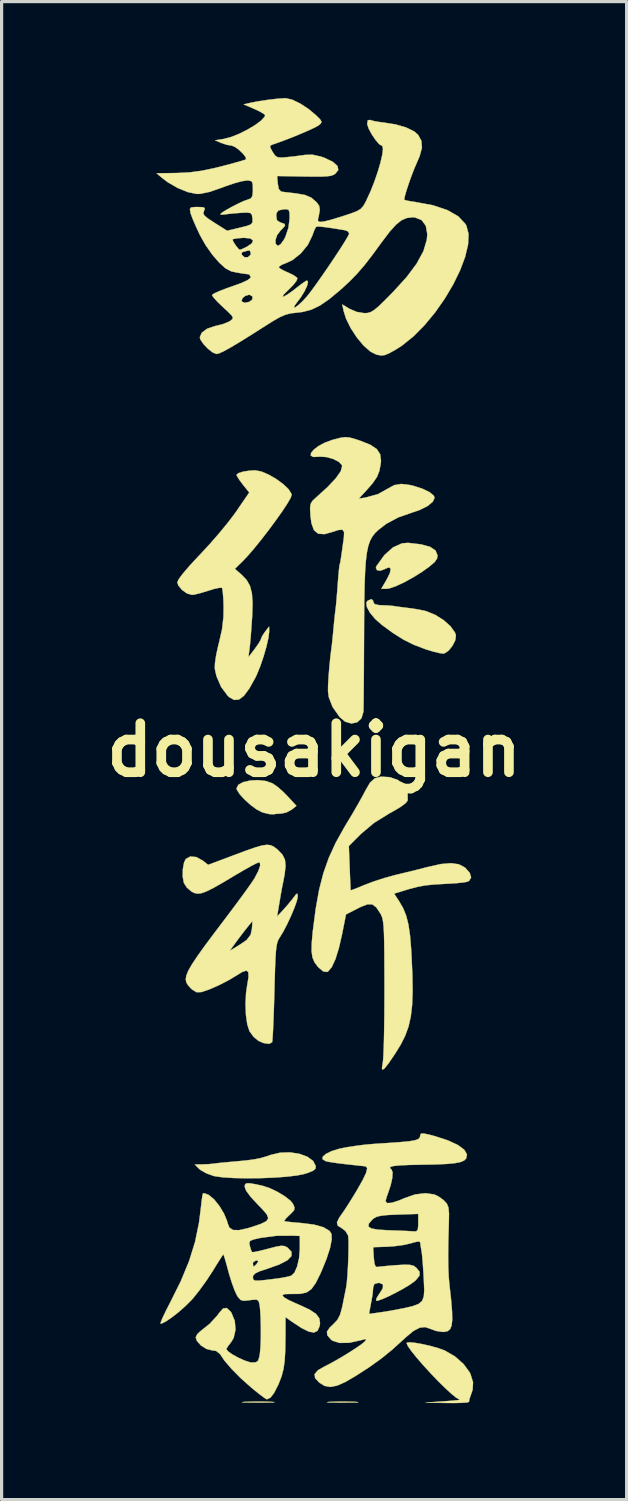
<source format=kicad_pcb>
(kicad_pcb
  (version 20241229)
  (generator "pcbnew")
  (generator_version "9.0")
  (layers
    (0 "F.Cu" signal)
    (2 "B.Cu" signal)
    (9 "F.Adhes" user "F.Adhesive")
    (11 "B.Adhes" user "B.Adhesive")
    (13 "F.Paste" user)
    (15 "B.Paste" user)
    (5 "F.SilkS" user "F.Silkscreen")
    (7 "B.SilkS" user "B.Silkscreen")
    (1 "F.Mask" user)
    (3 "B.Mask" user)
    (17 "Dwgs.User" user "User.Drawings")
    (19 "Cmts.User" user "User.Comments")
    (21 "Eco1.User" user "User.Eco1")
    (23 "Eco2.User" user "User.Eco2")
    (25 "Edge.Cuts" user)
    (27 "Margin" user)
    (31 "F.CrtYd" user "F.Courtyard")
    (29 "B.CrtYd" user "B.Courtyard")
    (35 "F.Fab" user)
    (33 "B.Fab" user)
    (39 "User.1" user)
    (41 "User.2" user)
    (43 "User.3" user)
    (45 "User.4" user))
  (footprint "dousakigan"
    (layer "F.Cu")
    (at 6.72 20.279)
    (property "Reference" "dousakigan" (at 0 0 0) (layer "F.SilkS") (effects (font (size 1.524 1.524) (thickness 0.3))))
    (attr through_hole)
    (fp_poly (pts (xy -1.511 20.266) (xy -1.315 20.273) (xy -1.229 20.281) (xy -1.26 20.288) (xy -1.396 20.293) (xy -1.627 20.295) (xy -1.746 20.295) (xy -2.01 20.294) (xy -2.18 20.29) (xy -2.245 20.284) (xy -2.198 20.276) (xy -2.14 20.273) (xy -1.837 20.264) (xy -1.511 20.266)) (stroke (width 0.01) (type solid)) (fill yes) (layer "F.SilkS"))
    (fp_poly (pts (xy 1.124 20.267) (xy 1.286 20.273) (xy 1.375 20.281) (xy 1.348 20.288) (xy 1.214 20.293) (xy 0.984 20.295) (xy 0.889 20.296) (xy 0.63 20.294) (xy 0.463 20.29) (xy 0.399 20.284) (xy 0.449 20.276) (xy 0.492 20.273) (xy 0.794 20.264) (xy 1.124 20.267)) (stroke (width 0.01) (type solid)) (fill yes) (layer "F.SilkS"))
    (fp_poly (pts (xy -1.505 0.962) (xy -1.297 1.034) (xy -1.149 1.135) (xy -0.966 1.294) (xy -0.828 1.434) (xy -0.551 1.734) (xy -0.695 1.851) (xy -0.862 1.941) (xy -1.007 1.973) (xy -1.174 1.984) (xy -1.274 1.998) (xy -1.395 1.991) (xy -1.572 1.948) (xy -1.623 1.932) (xy -1.788 1.847) (xy -1.977 1.707) (xy -2.162 1.54) (xy -2.314 1.374) (xy -2.402 1.236) (xy -2.413 1.189) (xy -2.356 1.079) (xy -2.205 0.997) (xy -1.992 0.948) (xy -1.748 0.935) (xy -1.505 0.962)) (stroke (width 0.01) (type solid)) (fill yes) (layer "F.SilkS"))
    (fp_poly (pts (xy 3.324 -6.398) (xy 3.607 -6.32) (xy 3.777 -6.207) (xy 3.837 -6.057) (xy 3.825 -5.958) (xy 3.749 -5.848) (xy 3.583 -5.705) (xy 3.355 -5.542) (xy 3.091 -5.378) (xy 2.819 -5.227) (xy 2.565 -5.107) (xy 2.356 -5.032) (xy 2.254 -5.016) (xy 2.09 -5.016) (xy 2.256 -5.3) (xy 2.357 -5.505) (xy 2.381 -5.636) (xy 2.332 -5.684) (xy 2.21 -5.638) (xy 2.196 -5.629) (xy 2.061 -5.578) (xy 1.957 -5.595) (xy 1.92 -5.667) (xy 1.94 -5.724) (xy 2.188 -6.067) (xy 2.456 -6.305) (xy 2.734 -6.429) (xy 2.921 -6.445) (xy 3.324 -6.398)) (stroke (width 0.01) (type solid)) (fill yes) (layer "F.SilkS"))
    (fp_poly (pts (xy -0.461 12.557) (xy -0.212 12.648) (xy -0.032 12.778) (xy 0.051 12.939) (xy 0.043 13.019) (xy -0.027 13.082) (xy -0.183 13.146) (xy -0.298 13.183) (xy -0.53 13.231) (xy -0.858 13.27) (xy -1.249 13.298) (xy -1.673 13.315) (xy -2.1 13.319) (xy -2.499 13.311) (xy -2.841 13.289) (xy -3.093 13.254) (xy -3.133 13.244) (xy -3.345 13.167) (xy -3.523 13.069) (xy -3.576 13.026) (xy -3.711 12.89) (xy -3.459 12.886) (xy -3.272 12.878) (xy -3.13 12.865) (xy -3.111 12.862) (xy -3.006 12.848) (xy -2.811 12.828) (xy -2.566 12.806) (xy -2.508 12.801) (xy -2.152 12.768) (xy -1.887 12.735) (xy -1.675 12.693) (xy -1.481 12.638) (xy -1.352 12.592) (xy -1.059 12.523) (xy -0.753 12.513) (xy -0.461 12.557)) (stroke (width 0.01) (type solid)) (fill yes) (layer "F.SilkS"))
    (fp_poly (pts (xy 3.142 18.437) (xy 3.371 18.478) (xy 3.622 18.535) (xy 3.861 18.603) (xy 4.056 18.673) (xy 4.064 18.677) (xy 4.378 18.858) (xy 4.648 19.096) (xy 4.838 19.355) (xy 4.865 19.413) (xy 4.943 19.667) (xy 4.93 19.895) (xy 4.879 20.046) (xy 4.83 20.187) (xy 4.816 20.272) (xy 4.761 20.291) (xy 4.605 20.303) (xy 4.372 20.309) (xy 4.143 20.308) (xy 3.461 20.296) (xy 4.032 20.256) (xy 4.273 20.238) (xy 4.448 20.222) (xy 4.531 20.209) (xy 4.531 20.205) (xy 4.431 20.152) (xy 4.273 20.025) (xy 4.074 19.842) (xy 3.849 19.62) (xy 3.616 19.376) (xy 3.39 19.129) (xy 3.186 18.894) (xy 3.023 18.69) (xy 2.914 18.535) (xy 2.877 18.444) (xy 2.882 18.433) (xy 2.968 18.42) (xy 3.142 18.437)) (stroke (width 0.01) (type solid)) (fill yes) (layer "F.SilkS"))
    (fp_poly (pts (xy 1.839 -4.64) (xy 1.841 -4.604) (xy 1.883 -4.538) (xy 2.021 -4.508) (xy 2.111 -4.504) (xy 2.305 -4.496) (xy 2.455 -4.483) (xy 2.481 -4.479) (xy 2.598 -4.461) (xy 2.79 -4.436) (xy 2.934 -4.418) (xy 3.174 -4.384) (xy 3.396 -4.342) (xy 3.487 -4.32) (xy 3.765 -4.206) (xy 4.027 -4.042) (xy 4.242 -3.851) (xy 4.38 -3.657) (xy 4.411 -3.569) (xy 4.391 -3.417) (xy 4.303 -3.242) (xy 4.179 -3.089) (xy 4.05 -3.005) (xy 4.03 -3.001) (xy 3.912 -3.013) (xy 3.714 -3.06) (xy 3.477 -3.132) (xy 3.443 -3.144) (xy 3.094 -3.278) (xy 2.778 -3.436) (xy 2.453 -3.64) (xy 2.108 -3.892) (xy 1.897 -4.079) (xy 1.737 -4.272) (xy 1.641 -4.448) (xy 1.623 -4.585) (xy 1.665 -4.646) (xy 1.787 -4.695) (xy 1.839 -4.64)) (stroke (width 0.01) (type solid)) (fill yes) (layer "F.SilkS"))
    (fp_poly (pts (xy -1.639 -8.663) (xy -1.41 -8.565) (xy -1.173 -8.427) (xy -0.957 -8.268) (xy -0.791 -8.109) (xy -0.705 -7.968) (xy -0.699 -7.93) (xy -0.738 -7.829) (xy -0.843 -7.65) (xy -1 -7.413) (xy -1.196 -7.137) (xy -1.414 -6.842) (xy -1.641 -6.549) (xy -1.861 -6.276) (xy -2.062 -6.043) (xy -2.213 -5.883) (xy -2.465 -5.637) (xy -2.252 -5.451) (xy -2.097 -5.288) (xy -1.994 -5.104) (xy -1.935 -4.872) (xy -1.914 -4.569) (xy -1.926 -4.168) (xy -1.929 -4.132) (xy -1.95 -3.817) (xy -1.973 -3.517) (xy -1.995 -3.275) (xy -2.007 -3.175) (xy -2.044 -2.889) (xy -1.849 -3.143) (xy -1.736 -3.302) (xy -1.664 -3.423) (xy -1.651 -3.461) (xy -1.613 -3.552) (xy -1.525 -3.682) (xy -1.524 -3.683) (xy -1.4 -3.842) (xy -1.398 -3.682) (xy -1.421 -3.491) (xy -1.482 -3.224) (xy -1.57 -2.917) (xy -1.674 -2.611) (xy -1.783 -2.344) (xy -1.821 -2.264) (xy -2.013 -1.918) (xy -2.182 -1.689) (xy -2.338 -1.571) (xy -2.488 -1.559) (xy -2.643 -1.647) (xy -2.688 -1.69) (xy -2.893 -1.965) (xy -3.038 -2.3) (xy -3.089 -2.533) (xy -3.084 -2.7) (xy -3.048 -2.946) (xy -2.987 -3.229) (xy -2.96 -3.334) (xy -2.864 -3.755) (xy -2.82 -4.141) (xy -2.815 -4.456) (xy -2.824 -4.708) (xy -2.84 -4.91) (xy -2.858 -5.029) (xy -2.866 -5.046) (xy -2.942 -5.048) (xy -3.102 -5.014) (xy -3.293 -4.956) (xy -3.514 -4.888) (xy -3.702 -4.84) (xy -3.799 -4.826) (xy -3.956 -4.872) (xy -4.112 -4.984) (xy -4.225 -5.123) (xy -4.255 -5.219) (xy -4.21 -5.317) (xy -4.081 -5.49) (xy -3.879 -5.726) (xy -3.612 -6.015) (xy -3.54 -6.09) (xy -3.254 -6.399) (xy -2.961 -6.735) (xy -2.691 -7.063) (xy -2.474 -7.347) (xy -2.422 -7.421) (xy -2.018 -8.011) (xy -2.216 -8.256) (xy -2.33 -8.41) (xy -2.401 -8.527) (xy -2.413 -8.561) (xy -2.356 -8.613) (xy -2.207 -8.66) (xy -2.004 -8.691) (xy -1.831 -8.7) (xy -1.639 -8.663)) (stroke (width 0.01) (type solid)) (fill yes) (layer "F.SilkS"))
    (fp_poly (pts (xy 1.099 -9.722) (xy 1.276 -9.673) (xy 1.434 -9.621) (xy 1.747 -9.496) (xy 1.948 -9.362) (xy 2.054 -9.201) (xy 2.08 -8.997) (xy 2.072 -8.911) (xy 2.03 -8.684) (xy 1.954 -8.493) (xy 1.82 -8.298) (xy 1.64 -8.092) (xy 1.39 -7.82) (xy 1.594 -7.853) (xy 1.984 -7.959) (xy 2.284 -8.126) (xy 2.491 -8.24) (xy 2.712 -8.277) (xy 2.986 -8.243) (xy 3.096 -8.217) (xy 3.378 -8.125) (xy 3.594 -8.019) (xy 3.722 -7.911) (xy 3.747 -7.846) (xy 3.688 -7.72) (xy 3.527 -7.589) (xy 3.287 -7.469) (xy 3.082 -7.399) (xy 2.618 -7.237) (xy 2.244 -7.037) (xy 2.006 -6.854) (xy 1.901 -6.754) (xy 1.814 -6.645) (xy 1.743 -6.516) (xy 1.686 -6.354) (xy 1.642 -6.147) (xy 1.609 -5.882) (xy 1.586 -5.548) (xy 1.57 -5.131) (xy 1.56 -4.619) (xy 1.555 -4.001) (xy 1.553 -3.556) (xy 1.55 -3.034) (xy 1.548 -2.546) (xy 1.545 -2.109) (xy 1.542 -1.739) (xy 1.539 -1.452) (xy 1.536 -1.263) (xy 1.534 -1.195) (xy 1.473 -0.988) (xy 1.338 -0.863) (xy 1.159 -0.826) (xy 0.963 -0.884) (xy 0.797 -1.024) (xy 0.573 -1.342) (xy 0.456 -1.644) (xy 0.432 -1.825) (xy 0.434 -2.012) (xy 0.45 -2.284) (xy 0.475 -2.6) (xy 0.507 -2.919) (xy 0.54 -3.175) (xy 0.557 -3.316) (xy 0.58 -3.537) (xy 0.604 -3.793) (xy 0.606 -3.81) (xy 0.629 -4.054) (xy 0.651 -4.256) (xy 0.666 -4.376) (xy 0.667 -4.383) (xy 0.679 -4.485) (xy 0.697 -4.681) (xy 0.718 -4.939) (xy 0.731 -5.113) (xy 0.752 -5.384) (xy 0.772 -5.604) (xy 0.789 -5.744) (xy 0.796 -5.78) (xy 0.807 -5.812) (xy 0.822 -5.886) (xy 0.843 -6.023) (xy 0.874 -6.242) (xy 0.919 -6.564) (xy 0.926 -6.62) (xy 0.932 -6.783) (xy 0.88 -6.854) (xy 0.75 -6.844) (xy 0.606 -6.795) (xy 0.328 -6.716) (xy 0.129 -6.728) (xy -0.005 -6.838) (xy -0.084 -7.057) (xy -0.115 -7.304) (xy -0.126 -7.519) (xy -0.109 -7.653) (xy -0.052 -7.751) (xy 0.062 -7.857) (xy 0.423 -8.185) (xy 0.679 -8.458) (xy 0.829 -8.674) (xy 0.871 -8.831) (xy 0.864 -8.863) (xy 0.768 -8.966) (xy 0.591 -9.056) (xy 0.379 -9.114) (xy 0.177 -9.126) (xy 0.147 -9.123) (xy -0.028 -9.116) (xy -0.105 -9.16) (xy -0.095 -9.24) (xy -0.012 -9.343) (xy 0.135 -9.455) (xy 0.333 -9.561) (xy 0.571 -9.648) (xy 0.58 -9.65) (xy 0.801 -9.709) (xy 0.957 -9.733) (xy 1.099 -9.722)) (stroke (width 0.01) (type solid)) (fill yes) (layer "F.SilkS"))
    (fp_poly (pts (xy 2.35 0.843) (xy 2.357 0.844) (xy 2.612 0.933) (xy 2.803 1.108) (xy 2.907 1.339) (xy 2.911 1.567) (xy 2.842 1.656) (xy 2.671 1.78) (xy 2.414 1.93) (xy 2.36 1.958) (xy 1.866 2.263) (xy 1.455 2.609) (xy 1.08 2.984) (xy 1.106 3.667) (xy 1.117 3.946) (xy 1.127 4.172) (xy 1.134 4.32) (xy 1.137 4.363) (xy 1.194 4.346) (xy 1.337 4.291) (xy 1.539 4.207) (xy 1.576 4.192) (xy 1.851 4.088) (xy 2.186 3.98) (xy 2.517 3.888) (xy 2.576 3.874) (xy 2.887 3.799) (xy 3.206 3.721) (xy 3.473 3.652) (xy 3.524 3.639) (xy 3.937 3.546) (xy 4.257 3.518) (xy 4.502 3.553) (xy 4.691 3.654) (xy 4.701 3.662) (xy 4.842 3.822) (xy 4.883 3.964) (xy 4.82 4.068) (xy 4.76 4.097) (xy 4.638 4.118) (xy 4.428 4.14) (xy 4.169 4.157) (xy 4.084 4.161) (xy 3.735 4.181) (xy 3.463 4.209) (xy 3.219 4.254) (xy 2.954 4.323) (xy 2.815 4.365) (xy 2.488 4.465) (xy 2.638 4.693) (xy 2.767 4.914) (xy 2.863 5.149) (xy 2.933 5.426) (xy 2.983 5.768) (xy 3.019 6.204) (xy 3.028 6.367) (xy 3.056 6.985) (xy 3.064 7.497) (xy 3.049 7.923) (xy 3.008 8.282) (xy 2.938 8.594) (xy 2.835 8.879) (xy 2.696 9.157) (xy 2.517 9.448) (xy 2.498 9.476) (xy 2.319 9.738) (xy 2.198 9.893) (xy 2.129 9.945) (xy 2.109 9.898) (xy 2.131 9.755) (xy 2.134 9.741) (xy 2.148 9.618) (xy 2.16 9.386) (xy 2.171 9.061) (xy 2.179 8.66) (xy 2.185 8.202) (xy 2.187 7.702) (xy 2.188 7.394) (xy 2.186 6.818) (xy 2.184 6.356) (xy 2.18 5.993) (xy 2.173 5.714) (xy 2.162 5.506) (xy 2.147 5.355) (xy 2.128 5.246) (xy 2.102 5.165) (xy 2.07 5.099) (xy 2.061 5.083) (xy 1.933 4.893) (xy 1.812 4.8) (xy 1.663 4.797) (xy 1.456 4.876) (xy 1.357 4.925) (xy 0.991 5.113) (xy 0.872 5.715) (xy 0.771 6.157) (xy 0.662 6.507) (xy 0.547 6.754) (xy 0.433 6.887) (xy 0.406 6.901) (xy 0.288 6.888) (xy 0.137 6.762) (xy 0.117 6.741) (xy 0.013 6.603) (xy -0.051 6.452) (xy -0.079 6.259) (xy -0.074 5.998) (xy -0.042 5.642) (xy -0.039 5.62) (xy 0.05 4.933) (xy 0.156 4.344) (xy 0.289 3.825) (xy 0.458 3.349) (xy 0.67 2.886) (xy 0.936 2.408) (xy 1.001 2.299) (xy 1.183 1.997) (xy 1.358 1.694) (xy 1.507 1.429) (xy 1.598 1.255) (xy 1.738 1.014) (xy 1.887 0.878) (xy 2.079 0.827) (xy 2.35 0.843)) (stroke (width 0.01) (type solid)) (fill yes) (layer "F.SilkS"))
    (fp_poly (pts (xy -1.353 2.959) (xy -1.254 3.005) (xy -1.154 3.082) (xy -1.12 3.112) (xy -0.983 3.256) (xy -0.907 3.41) (xy -0.888 3.606) (xy -0.919 3.874) (xy -0.951 4.045) (xy -0.995 4.262) (xy -1.03 4.453) (xy -1.04 4.508) (xy -1.068 4.678) (xy -1.104 4.887) (xy -1.109 4.921) (xy -1.152 5.175) (xy -0.973 4.985) (xy -0.814 4.805) (xy -0.665 4.621) (xy -0.653 4.604) (xy -0.561 4.485) (xy -0.521 4.463) (xy -0.511 4.531) (xy -0.51 4.56) (xy -0.537 4.692) (xy -0.611 4.901) (xy -0.716 5.153) (xy -0.838 5.415) (xy -0.962 5.652) (xy -1.072 5.831) (xy -1.072 5.831) (xy -1.112 5.898) (xy -1.144 5.98) (xy -1.169 6.095) (xy -1.188 6.259) (xy -1.203 6.49) (xy -1.216 6.804) (xy -1.228 7.218) (xy -1.236 7.522) (xy -1.248 7.949) (xy -1.261 8.334) (xy -1.275 8.658) (xy -1.288 8.904) (xy -1.3 9.053) (xy -1.307 9.089) (xy -1.406 9.139) (xy -1.575 9.112) (xy -1.73 9.045) (xy -1.881 8.921) (xy -2.006 8.752) (xy -2.01 8.746) (xy -2.079 8.533) (xy -2.121 8.236) (xy -2.134 7.896) (xy -2.117 7.553) (xy -2.083 7.321) (xy -2.04 7.059) (xy -2.047 6.907) (xy -2.11 6.858) (xy -2.239 6.903) (xy -2.374 6.987) (xy -2.642 7.149) (xy -2.948 7.307) (xy -3.248 7.44) (xy -3.493 7.524) (xy -3.505 7.527) (xy -3.655 7.532) (xy -3.792 7.451) (xy -3.839 7.407) (xy -3.919 7.318) (xy -3.973 7.231) (xy -3.993 7.133) (xy -3.975 7.014) (xy -3.913 6.861) (xy -3.8 6.664) (xy -3.632 6.412) (xy -3.511 6.244) (xy -2.626 6.244) (xy -2.436 6.131) (xy -2.254 6.016) (xy -2.098 5.907) (xy -1.973 5.743) (xy -1.934 5.556) (xy -1.918 5.317) (xy -2.068 5.5) (xy -2.195 5.662) (xy -2.35 5.865) (xy -2.422 5.963) (xy -2.626 6.244) (xy -3.511 6.244) (xy -3.403 6.092) (xy -3.106 5.694) (xy -2.762 5.239) (xy -2.517 4.913) (xy -2.29 4.607) (xy -2.096 4.341) (xy -1.95 4.134) (xy -1.865 4.007) (xy -1.86 4) (xy -1.737 3.766) (xy -1.678 3.595) (xy -1.687 3.504) (xy -1.717 3.493) (xy -1.797 3.524) (xy -1.962 3.609) (xy -2.188 3.736) (xy -2.453 3.891) (xy -2.479 3.907) (xy -2.852 4.129) (xy -3.135 4.29) (xy -3.346 4.395) (xy -3.503 4.452) (xy -3.623 4.467) (xy -3.722 4.447) (xy -3.811 4.403) (xy -3.958 4.278) (xy -4.052 4.131) (xy -4.052 4.131) (xy -4.087 3.937) (xy -4.084 3.71) (xy -4.047 3.505) (xy -3.994 3.389) (xy -3.854 3.311) (xy -3.667 3.327) (xy -3.467 3.436) (xy -3.466 3.436) (xy -3.296 3.57) (xy -2.521 3.279) (xy -2.13 3.133) (xy -1.838 3.031) (xy -1.625 2.969) (xy -1.469 2.946) (xy -1.353 2.959)) (stroke (width 0.01) (type solid)) (fill yes) (layer "F.SilkS"))
    (fp_poly (pts (xy -1.83 13.503) (xy -1.609 13.55) (xy -1.386 13.623) (xy -1.14 13.74) (xy -0.911 13.879) (xy -0.735 14.017) (xy -0.661 14.108) (xy -0.61 14.228) (xy -0.624 14.314) (xy -0.718 14.416) (xy -0.761 14.455) (xy -0.875 14.567) (xy -0.929 14.64) (xy -0.928 14.65) (xy -0.858 14.666) (xy -0.693 14.685) (xy -0.466 14.705) (xy -0.404 14.71) (xy -0.008 14.759) (xy 0.289 14.841) (xy 0.478 14.954) (xy 0.54 15.05) (xy 0.547 15.224) (xy 0.495 15.488) (xy 0.387 15.821) (xy 0.231 16.205) (xy 0.191 16.294) (xy 0.048 16.58) (xy -0.085 16.766) (xy -0.235 16.87) (xy -0.433 16.914) (xy -0.707 16.917) (xy -0.717 16.916) (xy -0.91 16.921) (xy -0.987 16.953) (xy -0.947 17.015) (xy -0.788 17.109) (xy -0.508 17.236) (xy -0.451 17.26) (xy -0.141 17.404) (xy 0.059 17.537) (xy 0.162 17.675) (xy 0.184 17.832) (xy 0.167 17.927) (xy 0.105 18.063) (xy -0.003 18.117) (xy -0.166 18.088) (xy -0.395 17.974) (xy -0.702 17.772) (xy -0.746 17.74) (xy -0.889 17.638) (xy -0.891 18.264) (xy -0.898 18.677) (xy -0.916 18.994) (xy -0.952 19.248) (xy -1.009 19.468) (xy -1.093 19.688) (xy -1.119 19.747) (xy -1.246 19.997) (xy -1.356 20.14) (xy -1.461 20.191) (xy -1.474 20.192) (xy -1.539 20.154) (xy -1.677 20.052) (xy -1.863 19.904) (xy -1.964 19.82) (xy -2.283 19.536) (xy -2.565 19.251) (xy -2.789 18.99) (xy -2.926 18.787) (xy -3.046 18.69) (xy -3.18 18.669) (xy -3.352 18.625) (xy -3.521 18.518) (xy -3.645 18.379) (xy -3.683 18.266) (xy -3.635 18.166) (xy -3.54 18.078) (xy -3.246 17.843) (xy -3.011 17.587) (xy -2.956 17.51) (xy -2.833 17.369) (xy -2.719 17.353) (xy -2.601 17.461) (xy -2.572 17.502) (xy -2.468 17.752) (xy -2.445 18.028) (xy -2.502 18.284) (xy -2.58 18.413) (xy -2.679 18.541) (xy -2.729 18.624) (xy -2.731 18.632) (xy -2.677 18.703) (xy -2.541 18.798) (xy -2.358 18.899) (xy -2.165 18.986) (xy -1.999 19.041) (xy -1.932 19.05) (xy -1.806 19.04) (xy -1.739 18.989) (xy -1.702 18.862) (xy -1.686 18.764) (xy -1.667 18.55) (xy -1.657 18.26) (xy -1.657 17.936) (xy -1.666 17.622) (xy -1.683 17.361) (xy -1.7 17.233) (xy -1.73 17.133) (xy -1.791 17.093) (xy -1.924 17.099) (xy -2.007 17.111) (xy -2.185 17.13) (xy -2.288 17.103) (xy -2.369 17.01) (xy -2.403 16.956) (xy -2.474 16.803) (xy -2.559 16.57) (xy -2.643 16.3) (xy -2.664 16.223) (xy -2.729 15.983) (xy -2.732 15.97) (xy -1.905 15.97) (xy -1.892 16.055) (xy -1.881 16.066) (xy -1.826 16.023) (xy -1.778 15.97) (xy -1.734 15.895) (xy -1.792 15.875) (xy -1.802 15.875) (xy -1.891 15.923) (xy -1.905 15.97) (xy -2.732 15.97) (xy -2.782 15.798) (xy -2.816 15.696) (xy -2.822 15.684) (xy -2.86 15.735) (xy -2.948 15.871) (xy -3.072 16.069) (xy -3.163 16.217) (xy -3.349 16.501) (xy -3.559 16.792) (xy -3.755 17.039) (xy -3.81 17.102) (xy -4.002 17.293) (xy -4.218 17.484) (xy -4.434 17.652) (xy -4.621 17.778) (xy -4.752 17.84) (xy -4.775 17.843) (xy -4.768 17.791) (xy -4.71 17.65) (xy -4.61 17.441) (xy -4.482 17.193) (xy -4.145 16.515) (xy -3.889 15.895) (xy -3.713 15.329) (xy -2.017 15.329) (xy -2.001 15.42) (xy -1.961 15.553) (xy -1.932 15.615) (xy -1.863 15.612) (xy -1.703 15.58) (xy -1.485 15.525) (xy -1.433 15.511) (xy -1.186 15.447) (xy -1.027 15.419) (xy -0.924 15.426) (xy -0.842 15.465) (xy -0.829 15.473) (xy -0.704 15.605) (xy -0.704 15.737) (xy -0.831 15.869) (xy -1.084 16.001) (xy -1.451 16.131) (xy -1.692 16.21) (xy -1.832 16.277) (xy -1.895 16.344) (xy -1.905 16.396) (xy -1.894 16.467) (xy -1.842 16.5) (xy -1.719 16.502) (xy -1.54 16.485) (xy -1.3 16.456) (xy -1.081 16.427) (xy -0.984 16.412) (xy -0.82 16.379) (xy -0.712 16.35) (xy -0.613 16.256) (xy -0.529 16.066) (xy -0.469 15.811) (xy -0.445 15.524) (xy -0.445 15.496) (xy -0.445 15.113) (xy -0.651 15.104) (xy -1.172 15.107) (xy -1.655 15.171) (xy -1.698 15.18) (xy -1.894 15.224) (xy -1.991 15.267) (xy -2.017 15.329) (xy -3.713 15.329) (xy -3.704 15.302) (xy -3.581 14.705) (xy -3.524 14.256) (xy -3.5 14.032) (xy -3.475 13.864) (xy -3.456 13.786) (xy -3.455 13.785) (xy -3.387 13.792) (xy -3.268 13.844) (xy -3.112 13.974) (xy -2.946 14.18) (xy -2.802 14.42) (xy -2.707 14.649) (xy -2.694 14.706) (xy -2.636 14.852) (xy -2.522 14.927) (xy -2.336 14.932) (xy -2.061 14.871) (xy -1.937 14.833) (xy -1.652 14.736) (xy -1.483 14.652) (xy -1.426 14.56) (xy -1.474 14.439) (xy -1.622 14.267) (xy -1.755 14.132) (xy -1.974 13.896) (xy -2.112 13.709) (xy -2.159 13.587) (xy -2.15 13.513) (xy -2.108 13.476) (xy -2.009 13.473) (xy -1.83 13.503)) (stroke (width 0.01) (type solid)) (fill yes) (layer "F.SilkS"))
    (fp_poly (pts (xy 3.571 11.959) (xy 3.762 12.01) (xy 4.164 12.141) (xy 4.469 12.283) (xy 4.668 12.429) (xy 4.754 12.575) (xy 4.729 12.703) (xy 4.665 12.767) (xy 4.551 12.815) (xy 4.372 12.85) (xy 4.111 12.874) (xy 3.753 12.889) (xy 3.372 12.896) (xy 2.957 12.904) (xy 2.658 12.918) (xy 2.466 12.938) (xy 2.369 12.967) (xy 2.359 13.005) (xy 2.407 13.046) (xy 2.441 13.134) (xy 2.431 13.308) (xy 2.381 13.535) (xy 2.315 13.733) (xy 2.256 13.9) (xy 2.224 14.018) (xy 2.223 14.035) (xy 2.274 14.091) (xy 2.419 14.081) (xy 2.646 14.007) (xy 2.804 13.939) (xy 3.14 13.822) (xy 3.463 13.783) (xy 3.74 13.822) (xy 3.875 13.888) (xy 4.031 14.002) (xy 4.128 14.105) (xy 4.178 14.23) (xy 4.195 14.41) (xy 4.191 14.68) (xy 4.19 14.72) (xy 4.174 15.276) (xy 4.169 15.727) (xy 4.173 16.093) (xy 4.187 16.395) (xy 4.208 16.621) (xy 4.26 17.093) (xy 4.29 17.454) (xy 4.296 17.718) (xy 4.276 17.9) (xy 4.228 18.014) (xy 4.15 18.075) (xy 4.041 18.096) (xy 3.999 18.098) (xy 3.794 18.067) (xy 3.626 18.006) (xy 3.453 17.947) (xy 3.282 17.965) (xy 3.089 18.068) (xy 2.852 18.264) (xy 2.794 18.318) (xy 2.44 18.64) (xy 2.1 18.917) (xy 1.732 19.182) (xy 1.308 19.457) (xy 0.973 19.654) (xy 0.711 19.769) (xy 0.502 19.809) (xy 0.325 19.776) (xy 0.167 19.68) (xy 0.032 19.538) (xy 0.014 19.412) (xy 0.118 19.29) (xy 0.302 19.184) (xy 0.525 19.069) (xy 0.783 18.922) (xy 1.046 18.764) (xy 1.286 18.611) (xy 1.474 18.481) (xy 1.58 18.392) (xy 1.585 18.387) (xy 1.62 18.33) (xy 1.573 18.324) (xy 1.45 18.357) (xy 1.09 18.436) (xy 0.792 18.44) (xy 0.574 18.372) (xy 0.524 18.334) (xy 0.412 18.205) (xy 0.398 18.092) (xy 0.485 17.963) (xy 0.593 17.861) (xy 0.724 17.723) (xy 0.809 17.56) (xy 0.815 17.538) (xy 1.707 17.538) (xy 1.98 17.5) (xy 2.193 17.469) (xy 2.379 17.438) (xy 2.413 17.432) (xy 2.794 17.359) (xy 3.067 17.296) (xy 3.251 17.226) (xy 3.36 17.131) (xy 3.412 16.995) (xy 3.425 16.8) (xy 3.414 16.53) (xy 3.409 16.424) (xy 3.391 16.125) (xy 3.372 15.864) (xy 3.354 15.672) (xy 3.342 15.589) (xy 3.314 15.429) (xy 3.307 15.357) (xy 3.292 15.298) (xy 3.236 15.284) (xy 3.106 15.313) (xy 3 15.344) (xy 2.77 15.395) (xy 2.484 15.433) (xy 2.267 15.448) (xy 1.836 15.462) (xy 1.855 15.78) (xy 1.877 15.977) (xy 1.917 16.068) (xy 1.964 16.078) (xy 2.068 16.064) (xy 2.26 16.045) (xy 2.503 16.025) (xy 2.552 16.021) (xy 2.815 16.006) (xy 2.985 16.012) (xy 3.096 16.042) (xy 3.176 16.098) (xy 3.28 16.226) (xy 3.279 16.344) (xy 3.169 16.481) (xy 3.11 16.534) (xy 2.968 16.635) (xy 2.769 16.754) (xy 2.543 16.877) (xy 2.317 16.99) (xy 2.119 17.077) (xy 1.98 17.126) (xy 1.929 17.127) (xy 1.938 17.057) (xy 2.01 16.936) (xy 2.025 16.918) (xy 2.137 16.738) (xy 2.142 16.624) (xy 2.039 16.575) (xy 2 16.573) (xy 1.876 16.603) (xy 1.837 16.709) (xy 1.837 16.716) (xy 1.822 16.895) (xy 1.809 16.986) (xy 1.781 17.139) (xy 1.746 17.325) (xy 1.707 17.538) (xy 0.815 17.538) (xy 0.873 17.325) (xy 0.885 17.267) (xy 0.931 17.035) (xy 0.971 16.837) (xy 0.993 16.732) (xy 1.016 16.577) (xy 1.036 16.339) (xy 1.053 16.054) (xy 1.065 15.754) (xy 1.071 15.475) (xy 1.07 15.249) (xy 1.06 15.111) (xy 1.058 15.1) (xy 0.973 14.957) (xy 0.859 14.871) (xy 0.776 14.818) (xy 1.688 14.818) (xy 1.775 14.878) (xy 1.971 14.915) (xy 2.285 14.935) (xy 2.319 14.936) (xy 2.6 14.946) (xy 2.85 14.956) (xy 3.029 14.966) (xy 3.075 14.969) (xy 3.176 14.969) (xy 3.224 14.919) (xy 3.238 14.788) (xy 3.239 14.706) (xy 3.239 14.427) (xy 2.596 14.448) (xy 2.293 14.461) (xy 2.088 14.482) (xy 1.952 14.514) (xy 1.857 14.565) (xy 1.807 14.607) (xy 1.701 14.729) (xy 1.688 14.818) (xy 0.776 14.818) (xy 0.736 14.792) (xy 0.71 14.693) (xy 0.779 14.547) (xy 0.846 14.452) (xy 0.943 14.312) (xy 1.082 14.097) (xy 1.239 13.844) (xy 1.322 13.707) (xy 1.507 13.382) (xy 1.616 13.152) (xy 1.651 13.009) (xy 1.613 12.95) (xy 1.603 12.948) (xy 1.509 12.937) (xy 1.397 12.925) (xy 1.021 12.884) (xy 0.708 12.846) (xy 0.479 12.812) (xy 0.365 12.788) (xy 0.262 12.727) (xy 0.267 12.648) (xy 0.368 12.56) (xy 0.548 12.473) (xy 0.792 12.398) (xy 1.016 12.353) (xy 1.271 12.314) (xy 1.473 12.287) (xy 1.663 12.266) (xy 1.884 12.248) (xy 2.178 12.228) (xy 2.284 12.222) (xy 2.666 12.195) (xy 2.94 12.17) (xy 3.122 12.141) (xy 3.231 12.104) (xy 3.285 12.054) (xy 3.302 11.987) (xy 3.302 11.97) (xy 3.325 11.931) (xy 3.407 11.926) (xy 3.571 11.959)) (stroke (width 0.01) (type solid)) (fill yes) (layer "F.SilkS"))
    (fp_poly (pts (xy -0.68 -20.228) (xy -0.433 -20.109) (xy -0.171 -19.937) (xy 0.058 -19.745) (xy 0.186 -19.617) (xy 0.232 -19.542) (xy 0.205 -19.485) (xy 0.145 -19.433) (xy 0.039 -19.372) (xy -0.156 -19.28) (xy -0.411 -19.17) (xy -0.695 -19.053) (xy -0.979 -18.944) (xy -1.233 -18.853) (xy -1.29 -18.834) (xy -1.362 -18.802) (xy -1.367 -18.746) (xy -1.305 -18.629) (xy -1.29 -18.603) (xy -1.213 -18.489) (xy -1.128 -18.436) (xy -0.992 -18.429) (xy -0.858 -18.44) (xy -0.606 -18.467) (xy -0.358 -18.5) (xy -0.286 -18.511) (xy -0.052 -18.518) (xy 0.214 -18.458) (xy 0.33 -18.417) (xy 0.582 -18.296) (xy 0.725 -18.169) (xy 0.752 -18.042) (xy 0.662 -17.928) (xy 0.6 -17.889) (xy 0.522 -17.862) (xy 0.407 -17.846) (xy 0.234 -17.837) (xy -0.017 -17.836) (xy -0.369 -17.84) (xy -0.496 -17.843) (xy -1.151 -17.854) (xy -1.131 -17.616) (xy -1.099 -17.448) (xy -1.029 -17.374) (xy -0.984 -17.363) (xy -0.845 -17.346) (xy -0.643 -17.323) (xy -0.558 -17.313) (xy -0.285 -17.265) (xy -0.09 -17.182) (xy 0.074 -17.042) (xy 0.088 -17.026) (xy 0.158 -16.923) (xy 0.176 -16.799) (xy 0.145 -16.614) (xy 0.12 -16.513) (xy 0.122 -16.451) (xy 0.181 -16.426) (xy 0.312 -16.44) (xy 0.53 -16.495) (xy 0.851 -16.593) (xy 0.883 -16.603) (xy 1.156 -16.693) (xy 1.335 -16.763) (xy 1.45 -16.833) (xy 1.529 -16.92) (xy 1.599 -17.043) (xy 1.617 -17.079) (xy 1.75 -17.367) (xy 1.873 -17.676) (xy 1.979 -17.985) (xy 2.064 -18.273) (xy 2.12 -18.518) (xy 2.142 -18.697) (xy 2.122 -18.789) (xy 2.104 -18.796) (xy 2.021 -18.847) (xy 1.91 -18.977) (xy 1.795 -19.147) (xy 1.701 -19.32) (xy 1.653 -19.459) (xy 1.651 -19.482) (xy 1.67 -19.59) (xy 1.742 -19.598) (xy 1.762 -19.59) (xy 1.893 -19.556) (xy 2.086 -19.526) (xy 2.159 -19.518) (xy 2.536 -19.459) (xy 2.863 -19.364) (xy 3.112 -19.242) (xy 3.234 -19.136) (xy 3.337 -18.948) (xy 3.353 -18.735) (xy 3.282 -18.472) (xy 3.217 -18.32) (xy 3.127 -18.113) (xy 3.032 -17.869) (xy 2.943 -17.619) (xy 2.868 -17.391) (xy 2.818 -17.215) (xy 2.802 -17.12) (xy 2.805 -17.113) (xy 2.876 -17.092) (xy 3.032 -17.063) (xy 3.145 -17.047) (xy 3.698 -16.944) (xy 4.145 -16.795) (xy 4.481 -16.602) (xy 4.702 -16.368) (xy 4.735 -16.312) (xy 4.804 -16.051) (xy 4.788 -15.721) (xy 4.697 -15.339) (xy 4.539 -14.92) (xy 4.326 -14.483) (xy 4.065 -14.043) (xy 3.766 -13.616) (xy 3.438 -13.219) (xy 3.092 -12.869) (xy 2.735 -12.581) (xy 2.54 -12.457) (xy 2.338 -12.344) (xy 2.204 -12.287) (xy 2.097 -12.272) (xy 1.976 -12.291) (xy 1.937 -12.3) (xy 1.746 -12.397) (xy 1.535 -12.585) (xy 1.325 -12.838) (xy 1.137 -13.126) (xy 0.992 -13.421) (xy 0.921 -13.646) (xy 0.875 -13.862) (xy 1.096 -13.726) (xy 1.327 -13.627) (xy 1.563 -13.589) (xy 1.666 -13.595) (xy 1.761 -13.623) (xy 1.867 -13.686) (xy 2.003 -13.799) (xy 2.187 -13.976) (xy 2.438 -14.23) (xy 2.45 -14.242) (xy 2.877 -14.71) (xy 3.192 -15.133) (xy 3.4 -15.518) (xy 3.505 -15.871) (xy 3.52 -16.048) (xy 3.475 -16.306) (xy 3.344 -16.484) (xy 3.137 -16.566) (xy 3.057 -16.571) (xy 2.879 -16.548) (xy 2.714 -16.476) (xy 2.545 -16.339) (xy 2.351 -16.124) (xy 2.116 -15.814) (xy 2.091 -15.78) (xy 1.807 -15.392) (xy 1.568 -15.084) (xy 1.348 -14.829) (xy 1.126 -14.599) (xy 0.877 -14.367) (xy 0.799 -14.298) (xy 0.46 -14.017) (xy 0.173 -13.821) (xy -0.09 -13.696) (xy -0.356 -13.627) (xy -0.526 -13.606) (xy -0.722 -13.584) (xy -0.89 -13.541) (xy -1.068 -13.464) (xy -1.288 -13.338) (xy -1.492 -13.209) (xy -1.955 -12.915) (xy -2.323 -12.686) (xy -2.605 -12.518) (xy -2.812 -12.404) (xy -2.952 -12.34) (xy -3.035 -12.319) (xy -3.037 -12.319) (xy -3.154 -12.366) (xy -3.302 -12.482) (xy -3.442 -12.629) (xy -3.537 -12.769) (xy -3.556 -12.836) (xy -3.496 -12.98) (xy -3.331 -13.103) (xy -3.08 -13.189) (xy -3.036 -13.198) (xy -2.827 -13.252) (xy -2.651 -13.324) (xy -2.61 -13.349) (xy -2.544 -13.401) (xy -2.527 -13.452) (xy -2.571 -13.525) (xy -2.689 -13.643) (xy -2.824 -13.766) (xy -2.993 -13.929) (xy -3.029 -13.968) (xy -2.256 -13.968) (xy -2.243 -13.948) (xy -2.155 -13.909) (xy -2.012 -13.943) (xy -2.005 -13.945) (xy -1.918 -14.021) (xy -1.92 -14.11) (xy -2.006 -14.16) (xy -2.024 -14.161) (xy -2.143 -14.127) (xy -2.233 -14.05) (xy -2.256 -13.968) (xy -3.029 -13.968) (xy -3.118 -14.064) (xy -3.174 -14.145) (xy -3.175 -14.151) (xy -3.119 -14.196) (xy -2.967 -14.267) (xy -2.745 -14.354) (xy -2.572 -14.415) (xy -2.266 -14.525) (xy -2.064 -14.619) (xy -1.973 -14.691) (xy -1.968 -14.705) (xy -2.014 -14.789) (xy -2.048 -14.8) (xy -2.208 -14.819) (xy -2.421 -14.856) (xy -2.575 -14.888) (xy -2.746 -14.977) (xy -2.791 -15.016) (xy -1.1 -15.016) (xy -1.039 -14.963) (xy -0.898 -14.89) (xy -0.817 -14.856) (xy -0.649 -14.776) (xy -0.538 -14.698) (xy -0.52 -14.671) (xy -0.55 -14.592) (xy -0.654 -14.459) (xy -0.802 -14.31) (xy -0.94 -14.174) (xy -0.983 -14.107) (xy -0.945 -14.105) (xy -0.834 -14.166) (xy -0.663 -14.287) (xy -0.529 -14.391) (xy -0.373 -14.511) (xy -0.258 -14.588) (xy -0.221 -14.605) (xy -0.19 -14.558) (xy -0.22 -14.436) (xy -0.298 -14.269) (xy -0.411 -14.086) (xy -0.492 -13.978) (xy -0.601 -13.832) (xy -0.628 -13.764) (xy -0.588 -13.768) (xy -0.494 -13.836) (xy -0.359 -13.962) (xy -0.221 -14.112) (xy -0.109 -14.254) (xy 0.046 -14.465) (xy 0.229 -14.724) (xy 0.425 -15.008) (xy 0.619 -15.297) (xy 0.798 -15.568) (xy 0.946 -15.801) (xy 1.048 -15.972) (xy 1.091 -16.06) (xy 1.053 -16.132) (xy 0.953 -16.17) (xy 0.596 -16.228) (xy 0.346 -16.264) (xy 0.184 -16.281) (xy 0.093 -16.281) (xy 0.055 -16.266) (xy 0.011 -16.183) (xy -0.046 -16.03) (xy -0.058 -15.995) (xy -0.197 -15.711) (xy -0.413 -15.448) (xy -0.667 -15.244) (xy -0.842 -15.16) (xy -1.001 -15.096) (xy -1.092 -15.036) (xy -1.1 -15.016) (xy -2.791 -15.016) (xy -2.949 -15.157) (xy -3.164 -15.405) (xy -3.194 -15.448) (xy -2.257 -15.448) (xy -2.247 -15.403) (xy -2.167 -15.328) (xy -2.058 -15.331) (xy -1.979 -15.401) (xy -1.968 -15.451) (xy -1.999 -15.538) (xy -2.069 -15.533) (xy -2.189 -15.498) (xy -2.226 -15.494) (xy -2.257 -15.448) (xy -3.194 -15.448) (xy -3.371 -15.698) (xy -3.473 -15.878) (xy -2.54 -15.878) (xy -2.507 -15.8) (xy -2.432 -15.687) (xy -2.353 -15.589) (xy -2.311 -15.557) (xy -2.239 -15.584) (xy -2.105 -15.648) (xy -2.092 -15.654) (xy -1.935 -15.762) (xy -1.899 -15.851) (xy -1.926 -15.871) (xy -1.201 -15.871) (xy -1.198 -15.747) (xy -1.133 -15.686) (xy -1.117 -15.684) (xy -1.039 -15.737) (xy -0.942 -15.871) (xy -0.895 -15.959) (xy -0.799 -16.241) (xy -0.762 -16.534) (xy -0.766 -16.715) (xy -0.793 -16.801) (xy -0.865 -16.823) (xy -0.965 -16.816) (xy -1.11 -16.784) (xy -1.168 -16.703) (xy -1.178 -16.62) (xy -1.157 -16.479) (xy -1.056 -16.412) (xy -1.038 -16.407) (xy -0.923 -16.367) (xy -0.904 -16.313) (xy -0.982 -16.218) (xy -1.048 -16.155) (xy -1.149 -16.02) (xy -1.201 -15.871) (xy -1.926 -15.871) (xy -1.98 -15.911) (xy -2.173 -15.932) (xy -2.223 -15.93) (xy -2.404 -15.915) (xy -2.519 -15.892) (xy -2.54 -15.878) (xy -3.473 -15.878) (xy -3.548 -16.012) (xy -3.554 -16.024) (xy -3.673 -16.278) (xy -3.772 -16.508) (xy -3.836 -16.676) (xy -3.847 -16.716) (xy -3.864 -16.827) (xy -3.828 -16.877) (xy -3.707 -16.89) (xy -3.624 -16.891) (xy -3.461 -16.885) (xy -3.4 -16.858) (xy -3.414 -16.792) (xy -3.426 -16.769) (xy -3.447 -16.698) (xy -3.413 -16.627) (xy -3.306 -16.536) (xy -3.107 -16.405) (xy -3.099 -16.4) (xy -2.707 -16.152) (xy -2.303 -16.249) (xy -2.087 -16.303) (xy -1.967 -16.35) (xy -1.919 -16.409) (xy -1.914 -16.5) (xy -1.918 -16.537) (xy -1.936 -16.65) (xy -1.983 -16.704) (xy -2.095 -16.718) (xy -2.254 -16.711) (xy -2.481 -16.694) (xy -2.684 -16.673) (xy -2.746 -16.664) (xy -2.872 -16.652) (xy -2.921 -16.663) (xy -2.869 -16.713) (xy -2.736 -16.797) (xy -2.555 -16.898) (xy -2.361 -16.997) (xy -2.188 -17.077) (xy -2.08 -17.115) (xy -1.97 -17.156) (xy -1.919 -17.234) (xy -1.905 -17.388) (xy -1.905 -17.438) (xy -1.91 -17.61) (xy -1.944 -17.691) (xy -2.031 -17.714) (xy -2.111 -17.714) (xy -2.264 -17.689) (xy -2.492 -17.626) (xy -2.756 -17.536) (xy -2.857 -17.497) (xy -3.246 -17.362) (xy -3.545 -17.3) (xy -3.652 -17.297) (xy -3.927 -17.354) (xy -4.241 -17.481) (xy -4.548 -17.658) (xy -4.704 -17.775) (xy -4.9 -17.939) (xy -4.275 -17.948) (xy -3.88 -17.967) (xy -3.495 -18.018) (xy -3.067 -18.109) (xy -2.898 -18.151) (xy -2.606 -18.228) (xy -2.363 -18.295) (xy -2.192 -18.345) (xy -2.118 -18.372) (xy -2.117 -18.372) (xy -2.128 -18.439) (xy -2.21 -18.547) (xy -2.331 -18.664) (xy -2.459 -18.758) (xy -2.56 -18.799) (xy -2.562 -18.799) (xy -2.719 -18.826) (xy -2.889 -18.883) (xy -3.08 -18.965) (xy -2.805 -19.009) (xy -2.582 -19.068) (xy -2.328 -19.169) (xy -2.07 -19.299) (xy -1.834 -19.44) (xy -1.649 -19.578) (xy -1.541 -19.696) (xy -1.524 -19.746) (xy -1.577 -19.795) (xy -1.716 -19.873) (xy -1.857 -19.939) (xy -2.191 -20.083) (xy -1.968 -20.134) (xy -1.717 -20.182) (xy -1.422 -20.226) (xy -1.137 -20.259) (xy -0.913 -20.274) (xy -0.876 -20.274) (xy -0.68 -20.228)) (stroke (width 0.01) (type solid)) (fill yes) (layer "F.SilkS")))
  (gr_rect
    (start -3 -3)
    (end 16.44 43.593)
    (stroke (width 0.1) (type default))
    (fill no)
    (layer "Edge.Cuts")))
</source>
